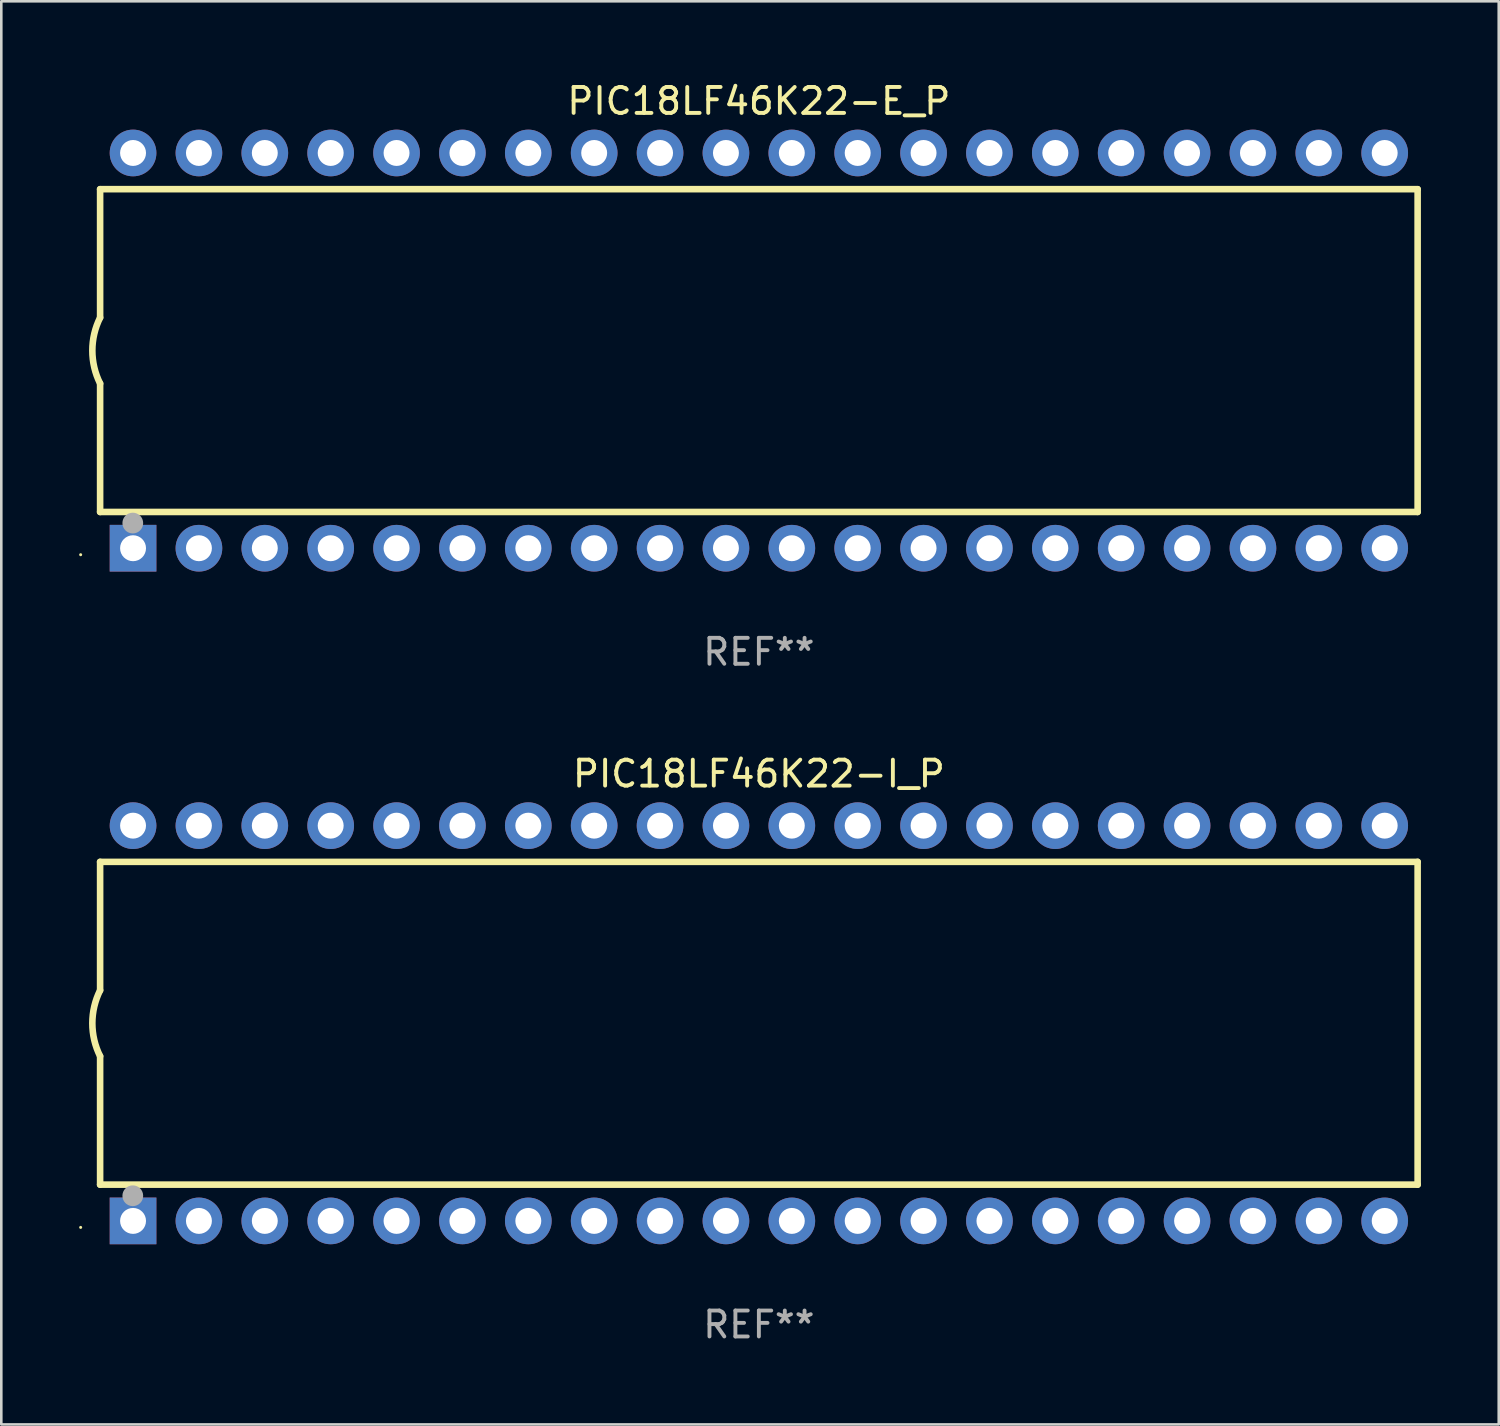
<source format=kicad_pcb>
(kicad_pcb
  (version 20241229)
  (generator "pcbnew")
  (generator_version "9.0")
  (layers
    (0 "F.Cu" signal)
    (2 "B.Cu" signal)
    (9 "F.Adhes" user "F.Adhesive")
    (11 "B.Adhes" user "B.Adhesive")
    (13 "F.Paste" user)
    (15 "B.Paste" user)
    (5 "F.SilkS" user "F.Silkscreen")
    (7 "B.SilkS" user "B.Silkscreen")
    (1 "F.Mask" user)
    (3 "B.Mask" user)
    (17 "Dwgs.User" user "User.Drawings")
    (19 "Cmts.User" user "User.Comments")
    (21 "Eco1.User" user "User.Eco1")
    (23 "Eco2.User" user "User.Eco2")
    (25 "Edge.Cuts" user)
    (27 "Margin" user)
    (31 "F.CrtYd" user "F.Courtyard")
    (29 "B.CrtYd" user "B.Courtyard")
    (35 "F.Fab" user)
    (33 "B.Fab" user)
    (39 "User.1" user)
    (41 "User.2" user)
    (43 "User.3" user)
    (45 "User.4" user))
  (footprint "PIC18LF46K22-I_P"
    (layer "F.Cu")
    (at 26.21 36.405)
    (property "Reference" "PIC18LF46K22-I_P" (at 0 -9.62 0) (layer "F.SilkS") (effects (font (size 1 1) (thickness 0.15))))
    (attr through_hole)
    (fp_line (start -25.4 -6.224) (end -25.4 -1.271) (stroke (width 0.254) (type solid)) (layer "F.SilkS"))
    (fp_line (start -25.4 -6.224) (end 25.4 -6.224) (stroke (width 0.254) (type solid)) (layer "F.SilkS"))
    (fp_line (start -25.4 1.269) (end -25.4 6.222) (stroke (width 0.254) (type solid)) (layer "F.SilkS"))
    (fp_line (start -25.4 6.222) (end 25.4 6.222) (stroke (width 0.254) (type solid)) (layer "F.SilkS"))
    (fp_line (start 25.4 6.222) (end 25.4 -6.224) (stroke (width 0.254) (type solid)) (layer "F.SilkS"))
    (fp_arc (start -25.4 1.269241) (mid -25.699807 -0.000762) (end -25.4 -1.270765) (stroke (width 0.254001) (type solid)) (layer "F.SilkS"))
    (fp_circle (center -26.15 7.87) (end -26.12 7.87) (stroke (width 0.06) (type solid)) (fill no) (layer "F.SilkS"))
    (fp_circle (center -24.14 6.65) (end -23.94 6.65) (stroke (width 0.4) (type solid)) (fill no) (layer "F.Fab"))
    (fp_text user "REF**" (at 0 11.62 0) (layer "F.Fab") (effects (font (size 1 1) (thickness 0.15))))
    (pad "1" thru_hole rect (at -24.13 7.62 90) (size 1.8 1.8) (drill 1) (layers "*.Cu" "*.Mask"))
    (pad "2" thru_hole circle (at -21.59 7.62) (size 1.8 1.8) (drill 1) (layers "*.Cu" "*.Mask"))
    (pad "3" thru_hole circle (at -19.05 7.62) (size 1.8 1.8) (drill 1) (layers "*.Cu" "*.Mask"))
    (pad "4" thru_hole circle (at -16.51 7.62) (size 1.8 1.8) (drill 1) (layers "*.Cu" "*.Mask"))
    (pad "5" thru_hole circle (at -13.97 7.62) (size 1.8 1.8) (drill 1) (layers "*.Cu" "*.Mask"))
    (pad "6" thru_hole circle (at -11.43 7.62) (size 1.8 1.8) (drill 1) (layers "*.Cu" "*.Mask"))
    (pad "7" thru_hole circle (at -8.89 7.62) (size 1.8 1.8) (drill 1) (layers "*.Cu" "*.Mask"))
    (pad "8" thru_hole circle (at -6.35 7.62) (size 1.8 1.8) (drill 1) (layers "*.Cu" "*.Mask"))
    (pad "9" thru_hole circle (at -3.81 7.62) (size 1.8 1.8) (drill 1) (layers "*.Cu" "*.Mask"))
    (pad "10" thru_hole circle (at -1.27 7.62) (size 1.8 1.8) (drill 1) (layers "*.Cu" "*.Mask"))
    (pad "11" thru_hole circle (at 1.27 7.62) (size 1.8 1.8) (drill 1) (layers "*.Cu" "*.Mask"))
    (pad "12" thru_hole circle (at 3.81 7.62) (size 1.8 1.8) (drill 1) (layers "*.Cu" "*.Mask"))
    (pad "13" thru_hole circle (at 6.35 7.62) (size 1.8 1.8) (drill 1) (layers "*.Cu" "*.Mask"))
    (pad "14" thru_hole circle (at 8.89 7.62) (size 1.8 1.8) (drill 1) (layers "*.Cu" "*.Mask"))
    (pad "15" thru_hole circle (at 11.43 7.62) (size 1.8 1.8) (drill 1) (layers "*.Cu" "*.Mask"))
    (pad "16" thru_hole circle (at 13.97 7.62) (size 1.8 1.8) (drill 1) (layers "*.Cu" "*.Mask"))
    (pad "17" thru_hole circle (at 16.51 7.62) (size 1.8 1.8) (drill 1) (layers "*.Cu" "*.Mask"))
    (pad "18" thru_hole circle (at 19.05 7.62) (size 1.8 1.8) (drill 1) (layers "*.Cu" "*.Mask"))
    (pad "19" thru_hole circle (at 21.59 7.62) (size 1.8 1.8) (drill 1) (layers "*.Cu" "*.Mask"))
    (pad "20" thru_hole circle (at 24.13 7.62) (size 1.8 1.8) (drill 1) (layers "*.Cu" "*.Mask"))
    (pad "21" thru_hole circle (at 24.13 -7.62) (size 1.8 1.8) (drill 1) (layers "*.Cu" "*.Mask"))
    (pad "22" thru_hole circle (at 21.59 -7.62) (size 1.8 1.8) (drill 1) (layers "*.Cu" "*.Mask"))
    (pad "23" thru_hole circle (at 19.05 -7.62) (size 1.8 1.8) (drill 1) (layers "*.Cu" "*.Mask"))
    (pad "24" thru_hole circle (at 16.51 -7.62) (size 1.8 1.8) (drill 1) (layers "*.Cu" "*.Mask"))
    (pad "25" thru_hole circle (at 13.97 -7.62) (size 1.8 1.8) (drill 1) (layers "*.Cu" "*.Mask"))
    (pad "26" thru_hole circle (at 11.43 -7.62) (size 1.8 1.8) (drill 1) (layers "*.Cu" "*.Mask"))
    (pad "27" thru_hole circle (at 8.89 -7.62) (size 1.8 1.8) (drill 1) (layers "*.Cu" "*.Mask"))
    (pad "28" thru_hole circle (at 6.35 -7.62) (size 1.8 1.8) (drill 1) (layers "*.Cu" "*.Mask"))
    (pad "29" thru_hole circle (at 3.81 -7.62) (size 1.8 1.8) (drill 1) (layers "*.Cu" "*.Mask"))
    (pad "30" thru_hole circle (at 1.27 -7.62) (size 1.8 1.8) (drill 1) (layers "*.Cu" "*.Mask"))
    (pad "31" thru_hole circle (at -1.27 -7.62) (size 1.8 1.8) (drill 1) (layers "*.Cu" "*.Mask"))
    (pad "32" thru_hole circle (at -3.81 -7.62) (size 1.8 1.8) (drill 1) (layers "*.Cu" "*.Mask"))
    (pad "33" thru_hole circle (at -6.35 -7.62) (size 1.8 1.8) (drill 1) (layers "*.Cu" "*.Mask"))
    (pad "34" thru_hole circle (at -8.89 -7.62) (size 1.8 1.8) (drill 1) (layers "*.Cu" "*.Mask"))
    (pad "35" thru_hole circle (at -11.43 -7.62) (size 1.8 1.8) (drill 1) (layers "*.Cu" "*.Mask"))
    (pad "36" thru_hole circle (at -13.97 -7.62) (size 1.8 1.8) (drill 1) (layers "*.Cu" "*.Mask"))
    (pad "37" thru_hole circle (at -16.51 -7.62) (size 1.8 1.8) (drill 1) (layers "*.Cu" "*.Mask"))
    (pad "38" thru_hole circle (at -19.05 -7.62) (size 1.8 1.8) (drill 1) (layers "*.Cu" "*.Mask"))
    (pad "39" thru_hole circle (at -21.59 -7.62) (size 1.8 1.8) (drill 1) (layers "*.Cu" "*.Mask"))
    (pad "40" thru_hole circle (at -24.13 -7.62) (size 1.8 1.8) (drill 1) (layers "*.Cu" "*.Mask")))
  (footprint "PIC18LF46K22-E_P"
    (layer "F.Cu")
    (at 26.21 10.468)
    (property "Reference" "PIC18LF46K22-E_P" (at 0 -9.62 0) (layer "F.SilkS") (effects (font (size 1 1) (thickness 0.15))))
    (attr through_hole)
    (fp_line (start -25.4 -6.224) (end -25.4 -1.271) (stroke (width 0.254) (type solid)) (layer "F.SilkS"))
    (fp_line (start -25.4 -6.224) (end 25.4 -6.224) (stroke (width 0.254) (type solid)) (layer "F.SilkS"))
    (fp_line (start -25.4 1.269) (end -25.4 6.222) (stroke (width 0.254) (type solid)) (layer "F.SilkS"))
    (fp_line (start -25.4 6.222) (end 25.4 6.222) (stroke (width 0.254) (type solid)) (layer "F.SilkS"))
    (fp_line (start 25.4 6.222) (end 25.4 -6.224) (stroke (width 0.254) (type solid)) (layer "F.SilkS"))
    (fp_arc (start -25.4 1.269241) (mid -25.699807 -0.000762) (end -25.4 -1.270765) (stroke (width 0.254001) (type solid)) (layer "F.SilkS"))
    (fp_circle (center -26.15 7.87) (end -26.12 7.87) (stroke (width 0.06) (type solid)) (fill no) (layer "F.SilkS"))
    (fp_circle (center -24.14 6.65) (end -23.94 6.65) (stroke (width 0.4) (type solid)) (fill no) (layer "F.Fab"))
    (fp_text user "REF**" (at 0 11.62 0) (layer "F.Fab") (effects (font (size 1 1) (thickness 0.15))))
    (pad "1" thru_hole rect (at -24.13 7.62 90) (size 1.8 1.8) (drill 1) (layers "*.Cu" "*.Mask"))
    (pad "2" thru_hole circle (at -21.59 7.62) (size 1.8 1.8) (drill 1) (layers "*.Cu" "*.Mask"))
    (pad "3" thru_hole circle (at -19.05 7.62) (size 1.8 1.8) (drill 1) (layers "*.Cu" "*.Mask"))
    (pad "4" thru_hole circle (at -16.51 7.62) (size 1.8 1.8) (drill 1) (layers "*.Cu" "*.Mask"))
    (pad "5" thru_hole circle (at -13.97 7.62) (size 1.8 1.8) (drill 1) (layers "*.Cu" "*.Mask"))
    (pad "6" thru_hole circle (at -11.43 7.62) (size 1.8 1.8) (drill 1) (layers "*.Cu" "*.Mask"))
    (pad "7" thru_hole circle (at -8.89 7.62) (size 1.8 1.8) (drill 1) (layers "*.Cu" "*.Mask"))
    (pad "8" thru_hole circle (at -6.35 7.62) (size 1.8 1.8) (drill 1) (layers "*.Cu" "*.Mask"))
    (pad "9" thru_hole circle (at -3.81 7.62) (size 1.8 1.8) (drill 1) (layers "*.Cu" "*.Mask"))
    (pad "10" thru_hole circle (at -1.27 7.62) (size 1.8 1.8) (drill 1) (layers "*.Cu" "*.Mask"))
    (pad "11" thru_hole circle (at 1.27 7.62) (size 1.8 1.8) (drill 1) (layers "*.Cu" "*.Mask"))
    (pad "12" thru_hole circle (at 3.81 7.62) (size 1.8 1.8) (drill 1) (layers "*.Cu" "*.Mask"))
    (pad "13" thru_hole circle (at 6.35 7.62) (size 1.8 1.8) (drill 1) (layers "*.Cu" "*.Mask"))
    (pad "14" thru_hole circle (at 8.89 7.62) (size 1.8 1.8) (drill 1) (layers "*.Cu" "*.Mask"))
    (pad "15" thru_hole circle (at 11.43 7.62) (size 1.8 1.8) (drill 1) (layers "*.Cu" "*.Mask"))
    (pad "16" thru_hole circle (at 13.97 7.62) (size 1.8 1.8) (drill 1) (layers "*.Cu" "*.Mask"))
    (pad "17" thru_hole circle (at 16.51 7.62) (size 1.8 1.8) (drill 1) (layers "*.Cu" "*.Mask"))
    (pad "18" thru_hole circle (at 19.05 7.62) (size 1.8 1.8) (drill 1) (layers "*.Cu" "*.Mask"))
    (pad "19" thru_hole circle (at 21.59 7.62) (size 1.8 1.8) (drill 1) (layers "*.Cu" "*.Mask"))
    (pad "20" thru_hole circle (at 24.13 7.62) (size 1.8 1.8) (drill 1) (layers "*.Cu" "*.Mask"))
    (pad "21" thru_hole circle (at 24.13 -7.62) (size 1.8 1.8) (drill 1) (layers "*.Cu" "*.Mask"))
    (pad "22" thru_hole circle (at 21.59 -7.62) (size 1.8 1.8) (drill 1) (layers "*.Cu" "*.Mask"))
    (pad "23" thru_hole circle (at 19.05 -7.62) (size 1.8 1.8) (drill 1) (layers "*.Cu" "*.Mask"))
    (pad "24" thru_hole circle (at 16.51 -7.62) (size 1.8 1.8) (drill 1) (layers "*.Cu" "*.Mask"))
    (pad "25" thru_hole circle (at 13.97 -7.62) (size 1.8 1.8) (drill 1) (layers "*.Cu" "*.Mask"))
    (pad "26" thru_hole circle (at 11.43 -7.62) (size 1.8 1.8) (drill 1) (layers "*.Cu" "*.Mask"))
    (pad "27" thru_hole circle (at 8.89 -7.62) (size 1.8 1.8) (drill 1) (layers "*.Cu" "*.Mask"))
    (pad "28" thru_hole circle (at 6.35 -7.62) (size 1.8 1.8) (drill 1) (layers "*.Cu" "*.Mask"))
    (pad "29" thru_hole circle (at 3.81 -7.62) (size 1.8 1.8) (drill 1) (layers "*.Cu" "*.Mask"))
    (pad "30" thru_hole circle (at 1.27 -7.62) (size 1.8 1.8) (drill 1) (layers "*.Cu" "*.Mask"))
    (pad "31" thru_hole circle (at -1.27 -7.62) (size 1.8 1.8) (drill 1) (layers "*.Cu" "*.Mask"))
    (pad "32" thru_hole circle (at -3.81 -7.62) (size 1.8 1.8) (drill 1) (layers "*.Cu" "*.Mask"))
    (pad "33" thru_hole circle (at -6.35 -7.62) (size 1.8 1.8) (drill 1) (layers "*.Cu" "*.Mask"))
    (pad "34" thru_hole circle (at -8.89 -7.62) (size 1.8 1.8) (drill 1) (layers "*.Cu" "*.Mask"))
    (pad "35" thru_hole circle (at -11.43 -7.62) (size 1.8 1.8) (drill 1) (layers "*.Cu" "*.Mask"))
    (pad "36" thru_hole circle (at -13.97 -7.62) (size 1.8 1.8) (drill 1) (layers "*.Cu" "*.Mask"))
    (pad "37" thru_hole circle (at -16.51 -7.62) (size 1.8 1.8) (drill 1) (layers "*.Cu" "*.Mask"))
    (pad "38" thru_hole circle (at -19.05 -7.62) (size 1.8 1.8) (drill 1) (layers "*.Cu" "*.Mask"))
    (pad "39" thru_hole circle (at -21.59 -7.62) (size 1.8 1.8) (drill 1) (layers "*.Cu" "*.Mask"))
    (pad "40" thru_hole circle (at -24.13 -7.62) (size 1.8 1.8) (drill 1) (layers "*.Cu" "*.Mask")))
  (gr_rect
    (start -3 -3)
    (end 54.737 51.873)
    (stroke (width 0.1) (type default))
    (fill no)
    (layer "Edge.Cuts")))
</source>
